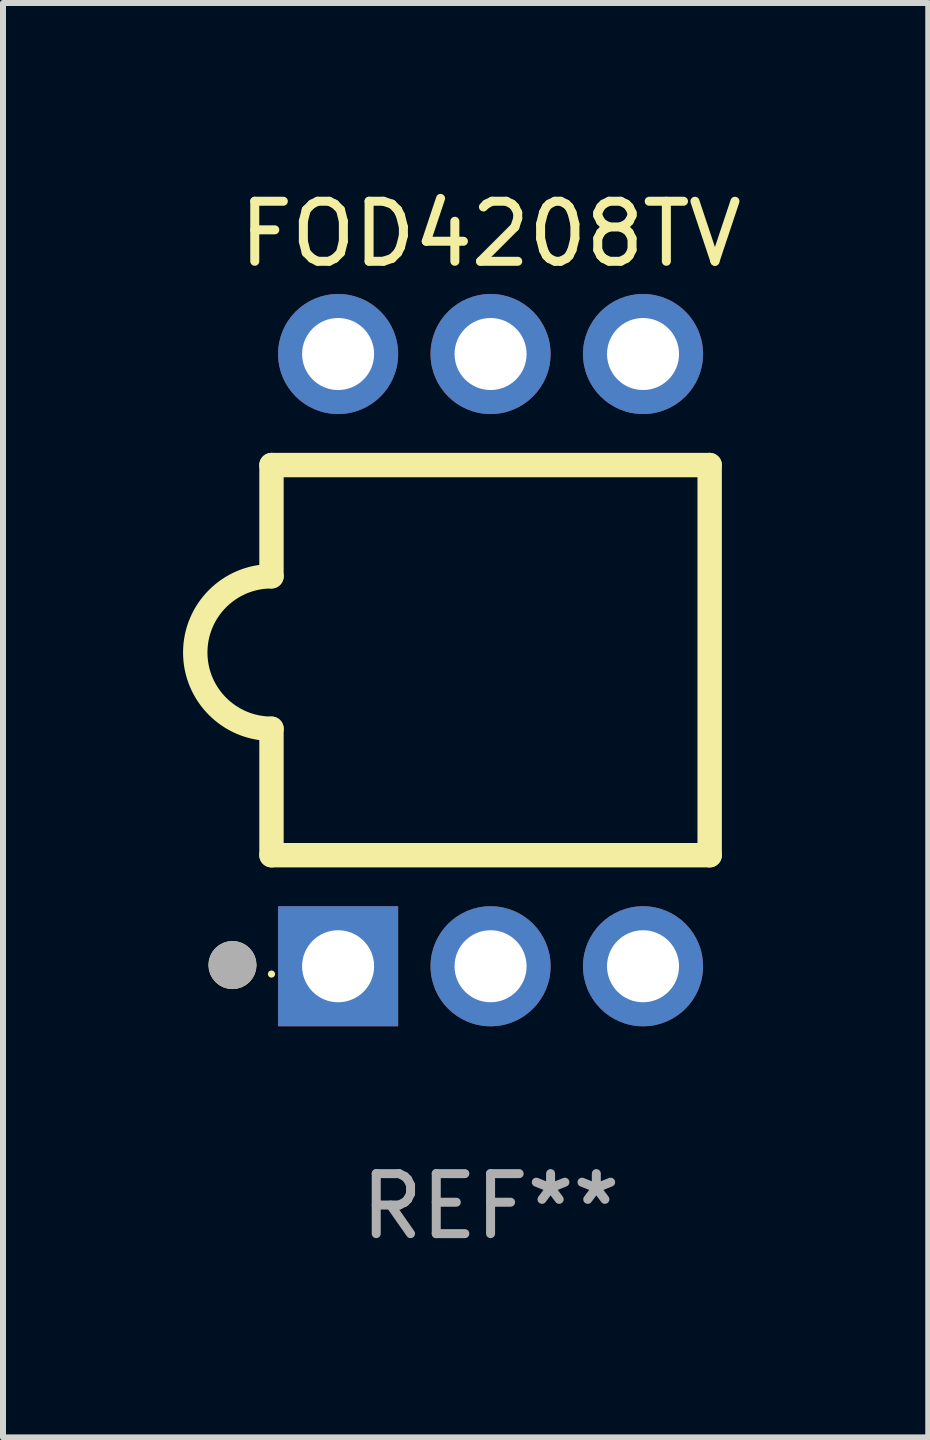
<source format=kicad_pcb>
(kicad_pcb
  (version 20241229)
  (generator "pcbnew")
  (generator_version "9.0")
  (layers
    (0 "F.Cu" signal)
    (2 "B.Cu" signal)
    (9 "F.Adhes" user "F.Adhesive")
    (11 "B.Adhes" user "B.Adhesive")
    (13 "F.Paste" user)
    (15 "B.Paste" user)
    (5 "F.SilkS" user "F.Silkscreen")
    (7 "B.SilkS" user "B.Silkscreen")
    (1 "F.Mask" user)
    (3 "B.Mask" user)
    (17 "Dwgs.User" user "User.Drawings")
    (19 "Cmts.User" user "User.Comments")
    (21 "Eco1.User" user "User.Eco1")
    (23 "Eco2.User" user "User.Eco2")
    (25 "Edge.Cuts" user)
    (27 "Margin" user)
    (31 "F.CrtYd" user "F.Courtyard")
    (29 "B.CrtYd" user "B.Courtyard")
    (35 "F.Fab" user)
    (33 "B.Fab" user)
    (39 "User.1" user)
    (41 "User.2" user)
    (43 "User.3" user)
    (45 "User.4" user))
  (footprint "FOD4208TV"
    (layer "F.Cu")
    (at 5.123 7.948)
    (property "Reference" "FOD4208TV" (at 0 -7.1 0) (layer "F.SilkS") (effects (font (size 1 1) (thickness 0.15))))
    (attr through_hole)
    (fp_line (start -3.65 1.143) (end -3.65 3.25) (stroke (width 0.406) (type solid)) (layer "F.SilkS"))
    (fp_line (start -3.65 -3.25) (end -3.65 -1.397) (stroke (width 0.406) (type solid)) (layer "F.SilkS"))
    (fp_line (start -3.65 -3.25) (end 3.65 -3.25) (stroke (width 0.406) (type solid)) (layer "F.SilkS"))
    (fp_line (start 3.65 -3.25) (end 3.65 3.25) (stroke (width 0.406) (type solid)) (layer "F.SilkS"))
    (fp_line (start 3.65 3.25) (end -3.65 3.25) (stroke (width 0.406) (type solid)) (layer "F.SilkS"))
    (fp_arc (start -3.650013 1.143002) (mid -4.919989 -0.127014) (end -3.649986 -1.397002) (stroke (width 0.4064) (type solid)) (layer "F.SilkS"))
    (fp_circle (center -4.3 5.08) (end -4.1 5.08) (stroke (width 0.4) (type solid)) (fill no) (layer "F.SilkS"))
    (fp_circle (center -3.65 5.23) (end -3.62 5.23) (stroke (width 0.06) (type solid)) (fill no) (layer "F.SilkS"))
    (fp_circle (center -4.3 5.08) (end -4.1 5.08) (stroke (width 0.4) (type solid)) (fill no) (layer "F.Fab"))
    (fp_text user "REF**" (at 0 9.1 0) (layer "F.Fab") (effects (font (size 1 1) (thickness 0.15))))
    (pad "1" thru_hole rect (at -2.54 5.1 90) (size 2 2) (drill 1.2) (layers "*.Cu" "*.Mask"))
    (pad "2" thru_hole circle (at 0 5.1) (size 2 2) (drill 1.2) (layers "*.Cu" "*.Mask"))
    (pad "3" thru_hole circle (at 2.54 5.1) (size 2 2) (drill 1.2) (layers "*.Cu" "*.Mask"))
    (pad "4" thru_hole circle (at 2.54 -5.1) (size 2 2) (drill 1.2) (layers "*.Cu" "*.Mask"))
    (pad "5" thru_hole circle (at 0 -5.1) (size 2 2) (drill 1.2) (layers "*.Cu" "*.Mask"))
    (pad "6" thru_hole circle (at -2.54 -5.1) (size 2 2) (drill 1.2) (layers "*.Cu" "*.Mask")))
  (gr_rect
    (start -3 -3)
    (end 12.415 20.897)
    (stroke (width 0.1) (type default))
    (fill no)
    (layer "Edge.Cuts")))
</source>
